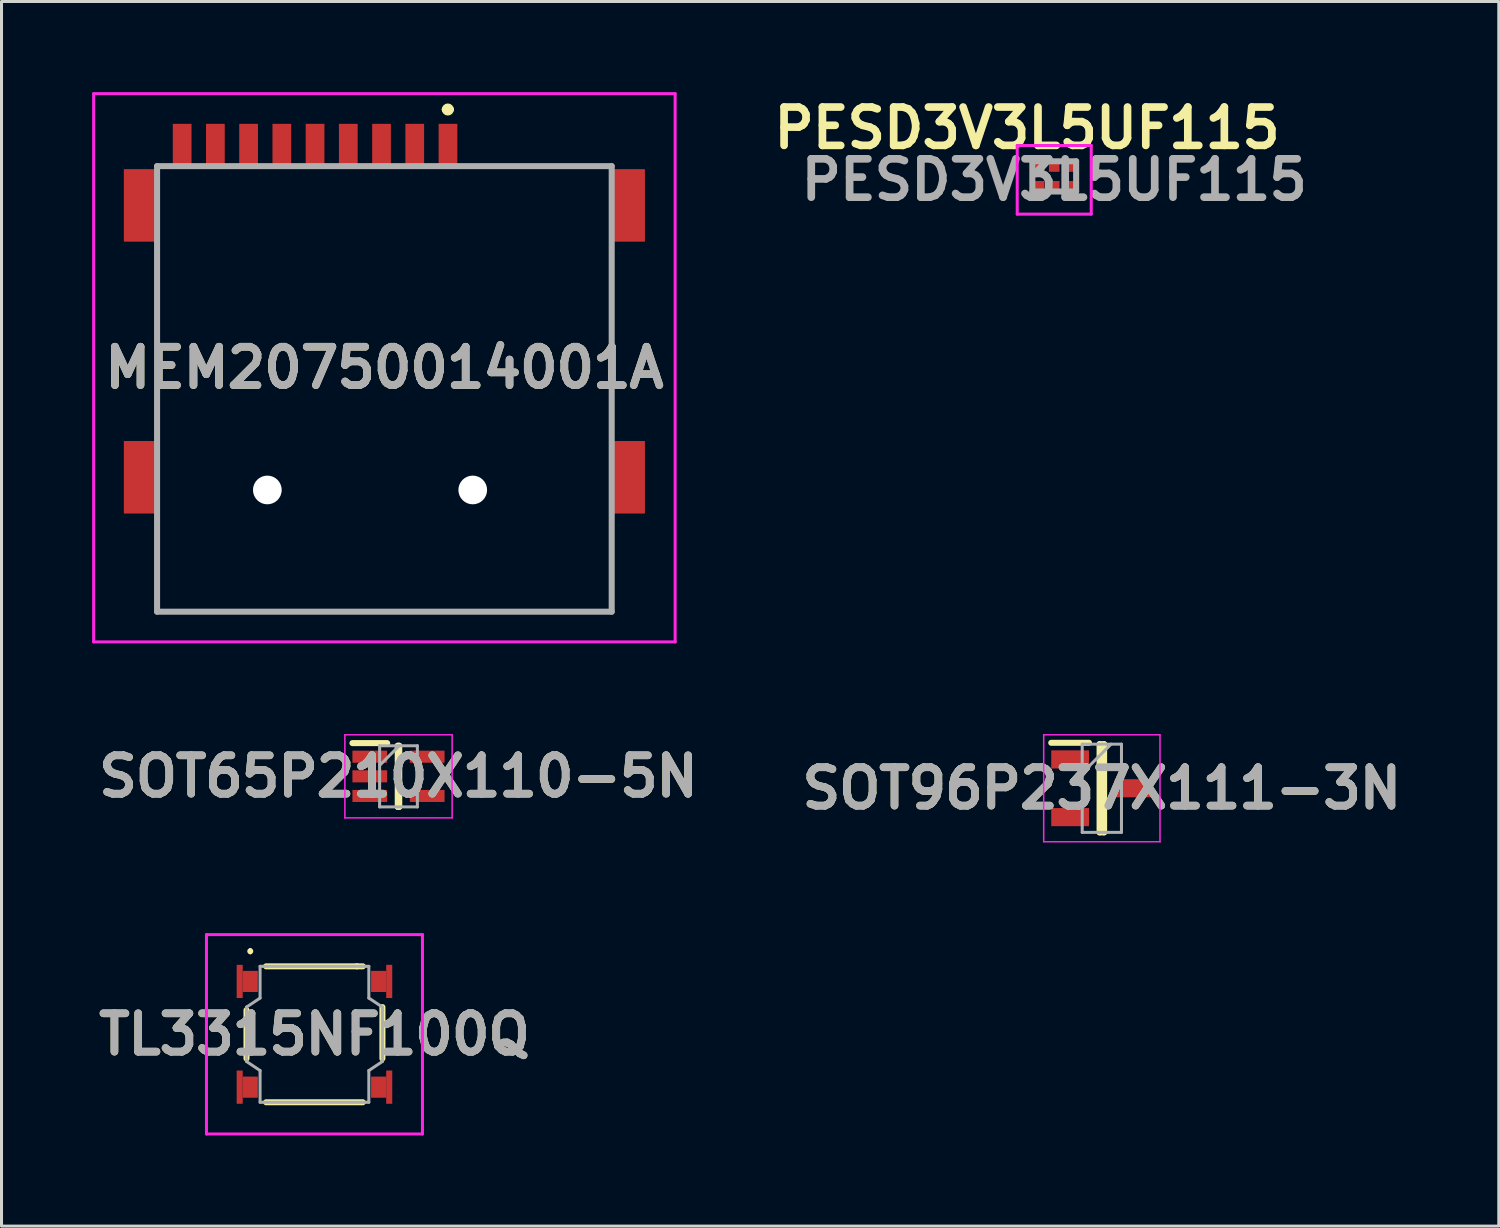
<source format=kicad_pcb>
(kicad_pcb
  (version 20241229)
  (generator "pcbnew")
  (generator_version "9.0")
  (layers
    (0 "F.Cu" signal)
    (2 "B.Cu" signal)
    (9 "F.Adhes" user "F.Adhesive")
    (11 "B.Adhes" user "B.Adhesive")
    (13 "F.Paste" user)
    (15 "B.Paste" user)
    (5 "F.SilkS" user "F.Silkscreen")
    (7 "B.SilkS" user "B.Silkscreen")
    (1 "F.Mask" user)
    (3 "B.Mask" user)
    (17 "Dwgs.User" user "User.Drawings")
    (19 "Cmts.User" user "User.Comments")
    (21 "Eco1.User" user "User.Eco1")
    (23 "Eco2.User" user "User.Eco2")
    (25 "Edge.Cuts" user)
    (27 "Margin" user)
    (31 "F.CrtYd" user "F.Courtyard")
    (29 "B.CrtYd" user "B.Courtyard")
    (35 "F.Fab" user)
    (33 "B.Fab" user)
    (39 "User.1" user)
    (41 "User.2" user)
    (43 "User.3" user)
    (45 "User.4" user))
  (footprint "PESD3V3L5UF115"
    (layer "F.Cu")
    (at 31.85 2.789)
    (property "Reference" "PESD3V3L5UF115" (at -0.9 -1.6 0) (layer "F.SilkS") (effects (font (size 1.27 1.27) (thickness 0.254))))
    (attr smd)
    (fp_line (start -0.725 0) (end -0.725 -0.05) (stroke (width 0.1) (type solid)) (layer "F.SilkS"))
    (fp_line (start -0.725 0.05) (end -0.725 0) (stroke (width 0.1) (type solid)) (layer "F.SilkS"))
    (fp_line (start -0.5 0.7) (end -0.5 0.7) (stroke (width 0.05) (type solid)) (layer "F.SilkS"))
    (fp_line (start -0.5 0.75) (end -0.5 0.75) (stroke (width 0.05) (type solid)) (layer "F.SilkS"))
    (fp_line (start 0.725 0) (end 0.725 -0.05) (stroke (width 0.1) (type solid)) (layer "F.SilkS"))
    (fp_line (start 0.725 0.05) (end 0.725 0) (stroke (width 0.1) (type solid)) (layer "F.SilkS"))
    (fp_arc (start -0.5 0.7) (mid -0.475 0.725) (end -0.5 0.75) (stroke (width 0.05) (type solid)) (layer "F.SilkS"))
    (fp_arc (start -0.5 0.75) (mid -0.525 0.725) (end -0.5 0.7) (stroke (width 0.05) (type solid)) (layer "F.SilkS"))
    (fp_line (start -1.225 -1.022) (end 1.225 -1.022) (stroke (width 0.1) (type solid)) (layer "F.CrtYd"))
    (fp_line (start -1.225 1.25) (end -1.225 -1.022) (stroke (width 0.1) (type solid)) (layer "F.CrtYd"))
    (fp_line (start 1.225 -1.022) (end 1.225 1.25) (stroke (width 0.1) (type solid)) (layer "F.CrtYd"))
    (fp_line (start 1.225 1.25) (end -1.225 1.25) (stroke (width 0.1) (type solid)) (layer "F.CrtYd"))
    (fp_line (start -0.725 -0.5) (end 0.725 -0.5) (stroke (width 0.2) (type solid)) (layer "F.Fab"))
    (fp_line (start -0.725 0.5) (end -0.725 -0.5) (stroke (width 0.2) (type solid)) (layer "F.Fab"))
    (fp_line (start 0.725 -0.5) (end 0.725 0.5) (stroke (width 0.2) (type solid)) (layer "F.Fab"))
    (fp_line (start 0.725 0.5) (end -0.725 0.5) (stroke (width 0.2) (type solid)) (layer "F.Fab"))
    (fp_text user "${REFERENCE}" (at 0 0.114 0) (layer "F.Fab") (effects (font (size 1.27 1.27) (thickness 0.254))))
    (pad "1" smd rect (at -0.5 0.337 90) (size 0.37 0.35) (layers "F.Cu" "F.Mask" "F.Paste"))
    (pad "2" smd rect (at 0 0.337 90) (size 0.37 0.35) (layers "F.Cu" "F.Mask" "F.Paste"))
    (pad "3" smd rect (at 0.5 0.337 90) (size 0.37 0.35) (layers "F.Cu" "F.Mask" "F.Paste"))
    (pad "4" smd rect (at 0.5 -0.337 90) (size 0.37 0.35) (layers "F.Cu" "F.Mask" "F.Paste"))
    (pad "5" smd rect (at 0 -0.337 90) (size 0.37 0.35) (layers "F.Cu" "F.Mask" "F.Paste"))
    (pad "6" smd rect (at -0.5 -0.337 90) (size 0.37 0.35) (layers "F.Cu" "F.Mask" "F.Paste")))
  (footprint "MEM20750014001A"
    (layer "F.Cu")
    (at 9.675 9.125)
    (property "Reference" "MEM20750014001A" (at 0 0 0) (layer "F.SilkS") (effects (font (size 1.27 1.27) (thickness 0.254))))
    (attr through_hole)
    (fp_line (start -7.525 -3.675) (end -7.525 1.75) (stroke (width 0.1) (type solid)) (layer "F.SilkS"))
    (fp_line (start -7.525 5.325) (end -7.525 8.075) (stroke (width 0.1) (type solid)) (layer "F.SilkS"))
    (fp_line (start -7.525 8.075) (end 7.525 8.075) (stroke (width 0.1) (type solid)) (layer "F.SilkS"))
    (fp_line (start 2 -8.55) (end 2 -8.55) (stroke (width 0.2) (type solid)) (layer "F.SilkS"))
    (fp_line (start 2.2 -8.55) (end 2.2 -8.55) (stroke (width 0.2) (type solid)) (layer "F.SilkS"))
    (fp_line (start 2.8 -6.675) (end 7 -6.675) (stroke (width 0.1) (type solid)) (layer "F.SilkS"))
    (fp_line (start 7.525 -3.675) (end 7.525 1.75) (stroke (width 0.1) (type solid)) (layer "F.SilkS"))
    (fp_line (start 7.525 8.075) (end 7.525 5.325) (stroke (width 0.1) (type solid)) (layer "F.SilkS"))
    (fp_arc (start 2 -8.55) (mid 2.1 -8.65) (end 2.2 -8.55) (stroke (width 0.2) (type solid)) (layer "F.SilkS"))
    (fp_arc (start 2.2 -8.55) (mid 2.1 -8.45) (end 2 -8.55) (stroke (width 0.2) (type solid)) (layer "F.SilkS"))
    (fp_line (start -9.625 -9.075) (end 9.625 -9.075) (stroke (width 0.1) (type solid)) (layer "F.CrtYd"))
    (fp_line (start -9.625 9.075) (end -9.625 -9.075) (stroke (width 0.1) (type solid)) (layer "F.CrtYd"))
    (fp_line (start 9.625 -9.075) (end 9.625 9.075) (stroke (width 0.1) (type solid)) (layer "F.CrtYd"))
    (fp_line (start 9.625 9.075) (end -9.625 9.075) (stroke (width 0.1) (type solid)) (layer "F.CrtYd"))
    (fp_line (start -7.525 -6.675) (end 7.525 -6.675) (stroke (width 0.2) (type solid)) (layer "F.Fab"))
    (fp_line (start -7.525 8.075) (end -7.525 -6.675) (stroke (width 0.2) (type solid)) (layer "F.Fab"))
    (fp_line (start 7.525 -6.675) (end 7.525 8.075) (stroke (width 0.2) (type solid)) (layer "F.Fab"))
    (fp_line (start 7.525 8.075) (end -7.525 8.075) (stroke (width 0.2) (type solid)) (layer "F.Fab"))
    (fp_text user "${REFERENCE}" (at 0 0 0) (layer "F.Fab") (effects (font (size 1.27 1.27) (thickness 0.254))))
    (pad "" np_thru_hole circle (at -3.875 4.045) (size 0.95 0.95) (drill 0.95) (layers "*.Cu" "*.Mask"))
    (pad "" np_thru_hole circle (at 2.925 4.045) (size 0.95 0.95) (drill 0.95) (layers "*.Cu" "*.Mask"))
    (pad "1" smd rect (at 2.105 -7.375) (size 0.62 1.4) (layers "F.Cu" "F.Mask" "F.Paste"))
    (pad "2" smd rect (at 1.005 -7.375) (size 0.62 1.4) (layers "F.Cu" "F.Mask" "F.Paste"))
    (pad "3" smd rect (at -0.095 -7.375) (size 0.62 1.4) (layers "F.Cu" "F.Mask" "F.Paste"))
    (pad "4" smd rect (at -1.195 -7.375) (size 0.62 1.4) (layers "F.Cu" "F.Mask" "F.Paste"))
    (pad "5" smd rect (at -2.295 -7.375) (size 0.62 1.4) (layers "F.Cu" "F.Mask" "F.Paste"))
    (pad "6" smd rect (at -3.395 -7.375) (size 0.62 1.4) (layers "F.Cu" "F.Mask" "F.Paste"))
    (pad "7" smd rect (at -4.495 -7.375) (size 0.62 1.4) (layers "F.Cu" "F.Mask" "F.Paste"))
    (pad "8" smd rect (at -5.595 -7.375) (size 0.62 1.4) (layers "F.Cu" "F.Mask" "F.Paste"))
    (pad "9" smd rect (at -6.695 -7.375) (size 0.62 1.4) (layers "F.Cu" "F.Mask" "F.Paste"))
    (pad "10" smd rect (at -8.075 -5.375) (size 1.1 2.4) (layers "F.Cu" "F.Mask" "F.Paste"))
    (pad "11" smd rect (at -8.075 3.625) (size 1.1 2.4) (layers "F.Cu" "F.Mask" "F.Paste"))
    (pad "12" smd rect (at 8.075 3.625) (size 1.1 2.4) (layers "F.Cu" "F.Mask" "F.Paste"))
    (pad "13" smd rect (at 8.075 -5.375) (size 1.1 2.4) (layers "F.Cu" "F.Mask" "F.Paste")))
  (footprint "TL3315NF100Q"
    (layer "F.Cu")
    (at 7.36 31.19)
    (property "Reference" "TL3315NF100Q" (at 0 0 0) (layer "F.SilkS") (effects (font (size 1.27 1.27) (thickness 0.254))))
    (attr smd)
    (fp_line (start -2.25 -0.8) (end -2.25 0.8) (stroke (width 0.2) (type solid)) (layer "F.SilkS"))
    (fp_line (start -2.125 -2.8) (end -2.125 -2.8) (stroke (width 0.1) (type solid)) (layer "F.SilkS"))
    (fp_line (start -2.125 -2.7) (end -2.125 -2.7) (stroke (width 0.1) (type solid)) (layer "F.SilkS"))
    (fp_line (start -1.6 -2.25) (end 1.4 -2.25) (stroke (width 0.2) (type solid)) (layer "F.SilkS"))
    (fp_line (start -1.6 2.25) (end 1.6 2.25) (stroke (width 0.2) (type solid)) (layer "F.SilkS"))
    (fp_line (start 1.4 -2.25) (end 1.6 -2.25) (stroke (width 0.2) (type solid)) (layer "F.SilkS"))
    (fp_line (start 2.25 -0.9) (end 2.25 0.8) (stroke (width 0.2) (type solid)) (layer "F.SilkS"))
    (fp_arc (start -2.125 -2.8) (mid -2.075 -2.75) (end -2.125 -2.7) (stroke (width 0.1) (type solid)) (layer "F.SilkS"))
    (fp_arc (start -2.125 -2.7) (mid -2.175 -2.75) (end -2.125 -2.8) (stroke (width 0.1) (type solid)) (layer "F.SilkS"))
    (fp_line (start -3.575 -3.3) (end 3.575 -3.3) (stroke (width 0.1) (type solid)) (layer "F.CrtYd"))
    (fp_line (start -3.575 3.3) (end -3.575 -3.3) (stroke (width 0.1) (type solid)) (layer "F.CrtYd"))
    (fp_line (start 3.575 -3.3) (end 3.575 3.3) (stroke (width 0.1) (type solid)) (layer "F.CrtYd"))
    (fp_line (start 3.575 3.3) (end -3.575 3.3) (stroke (width 0.1) (type solid)) (layer "F.CrtYd"))
    (fp_line (start -2.25 -0.9) (end -2.25 0.9) (stroke (width 0.1) (type solid)) (layer "F.Fab"))
    (fp_line (start -2.25 0.9) (end -1.8 1.2) (stroke (width 0.1) (type solid)) (layer "F.Fab"))
    (fp_line (start -1.8 -2.25) (end -1.8 -1.2) (stroke (width 0.1) (type solid)) (layer "F.Fab"))
    (fp_line (start -1.8 -1.2) (end -2.25 -0.9) (stroke (width 0.1) (type solid)) (layer "F.Fab"))
    (fp_line (start -1.8 1.2) (end -1.8 2.25) (stroke (width 0.1) (type solid)) (layer "F.Fab"))
    (fp_line (start -1.8 2.25) (end 1.8 2.25) (stroke (width 0.1) (type solid)) (layer "F.Fab"))
    (fp_line (start 1.8 -2.25) (end -1.8 -2.25) (stroke (width 0.1) (type solid)) (layer "F.Fab"))
    (fp_line (start 1.8 -1.2) (end 1.8 -2.25) (stroke (width 0.1) (type solid)) (layer "F.Fab"))
    (fp_line (start 1.8 1.2) (end 2.25 0.9) (stroke (width 0.1) (type solid)) (layer "F.Fab"))
    (fp_line (start 1.8 2.25) (end 1.8 1.2) (stroke (width 0.1) (type solid)) (layer "F.Fab"))
    (fp_line (start 2.25 -0.9) (end 1.8 -1.2) (stroke (width 0.1) (type solid)) (layer "F.Fab"))
    (fp_line (start 2.25 0.9) (end 2.25 -0.9) (stroke (width 0.1) (type solid)) (layer "F.Fab"))
    (fp_text user "${REFERENCE}" (at 0 0 0) (layer "F.Fab") (effects (font (size 1.27 1.27) (thickness 0.254))))
    (pad "1" smd rect (at -2.125 -1.75) (size 0.5 0.7) (layers "F.Cu" "F.Mask" "F.Paste"))
    (pad "2" smd rect (at 2.125 -1.75) (size 0.5 0.7) (layers "F.Cu" "F.Mask" "F.Paste"))
    (pad "3" smd rect (at -2.125 1.75) (size 0.5 0.7) (layers "F.Cu" "F.Mask" "F.Paste"))
    (pad "4" smd rect (at 2.125 1.75) (size 0.5 0.7) (layers "F.Cu" "F.Mask" "F.Paste"))
    (pad "5" smd rect (at -2.475 -1.75) (size 0.2 1.1) (layers "F.Cu" "F.Mask" "F.Paste"))
    (pad "6" smd rect (at 2.475 -1.75) (size 0.2 1.1) (layers "F.Cu" "F.Mask" "F.Paste"))
    (pad "7" smd rect (at -2.475 1.75) (size 0.2 1.1) (layers "F.Cu" "F.Mask" "F.Paste"))
    (pad "8" smd rect (at 2.475 1.75) (size 0.2 1.1) (layers "F.Cu" "F.Mask" "F.Paste")))
  (footprint "SOT96P237X111-3N"
    (layer "F.Cu")
    (at 33.426 23.045)
    (property "Reference" "SOT96P237X111-3N" (at 0 0 0) (layer "F.SilkS") (effects (font (size 1.27 1.27) (thickness 0.254))))
    (attr smd)
    (fp_line (start -1.675 -1.505) (end -0.425 -1.505) (stroke (width 0.2) (type solid)) (layer "F.SilkS"))
    (fp_line (start -0.075 -1.46) (end 0.075 -1.46) (stroke (width 0.2) (type solid)) (layer "F.SilkS"))
    (fp_line (start -0.075 1.46) (end -0.075 -1.46) (stroke (width 0.2) (type solid)) (layer "F.SilkS"))
    (fp_line (start 0.075 -1.46) (end 0.075 1.46) (stroke (width 0.2) (type solid)) (layer "F.SilkS"))
    (fp_line (start 0.075 1.46) (end -0.075 1.46) (stroke (width 0.2) (type solid)) (layer "F.SilkS"))
    (fp_line (start -1.925 -1.77) (end 1.925 -1.77) (stroke (width 0.05) (type solid)) (layer "F.CrtYd"))
    (fp_line (start -1.925 1.77) (end -1.925 -1.77) (stroke (width 0.05) (type solid)) (layer "F.CrtYd"))
    (fp_line (start 1.925 -1.77) (end 1.925 1.77) (stroke (width 0.05) (type solid)) (layer "F.CrtYd"))
    (fp_line (start 1.925 1.77) (end -1.925 1.77) (stroke (width 0.05) (type solid)) (layer "F.CrtYd"))
    (fp_line (start -0.65 -1.46) (end 0.65 -1.46) (stroke (width 0.1) (type solid)) (layer "F.Fab"))
    (fp_line (start -0.65 -0.505) (end 0.305 -1.46) (stroke (width 0.1) (type solid)) (layer "F.Fab"))
    (fp_line (start -0.65 1.46) (end -0.65 -1.46) (stroke (width 0.1) (type solid)) (layer "F.Fab"))
    (fp_line (start 0.65 -1.46) (end 0.65 1.46) (stroke (width 0.1) (type solid)) (layer "F.Fab"))
    (fp_line (start 0.65 1.46) (end -0.65 1.46) (stroke (width 0.1) (type solid)) (layer "F.Fab"))
    (fp_text user "${REFERENCE}" (at 0 0 0) (layer "F.Fab") (effects (font (size 1.27 1.27) (thickness 0.254))))
    (pad "1" smd rect (at -1.05 -0.955 90) (size 0.6 1.25) (layers "F.Cu" "F.Mask" "F.Paste"))
    (pad "2" smd rect (at -1.05 0.955 90) (size 0.6 1.25) (layers "F.Cu" "F.Mask" "F.Paste"))
    (pad "3" smd rect (at 1.05 0 90) (size 0.6 1.25) (layers "F.Cu" "F.Mask" "F.Paste")))
  (footprint "SOT65P210X110-5N"
    (layer "F.Cu")
    (at 10.142 22.65)
    (property "Reference" "SOT65P210X110-5N" (at 0 0 0) (layer "F.SilkS") (effects (font (size 1.27 1.27) (thickness 0.254))))
    (attr smd)
    (fp_line (start -1.525 -1.1) (end -0.375 -1.1) (stroke (width 0.2) (type solid)) (layer "F.SilkS"))
    (fp_line (start -0.025 -1.012) (end 0.025 -1.012) (stroke (width 0.2) (type solid)) (layer "F.SilkS"))
    (fp_line (start -0.025 1.012) (end -0.025 -1.012) (stroke (width 0.2) (type solid)) (layer "F.SilkS"))
    (fp_line (start 0.025 -1.012) (end 0.025 1.012) (stroke (width 0.2) (type solid)) (layer "F.SilkS"))
    (fp_line (start 0.025 1.012) (end -0.025 1.012) (stroke (width 0.2) (type solid)) (layer "F.SilkS"))
    (fp_line (start -1.775 -1.375) (end 1.775 -1.375) (stroke (width 0.05) (type solid)) (layer "F.CrtYd"))
    (fp_line (start -1.775 1.375) (end -1.775 -1.375) (stroke (width 0.05) (type solid)) (layer "F.CrtYd"))
    (fp_line (start 1.775 -1.375) (end 1.775 1.375) (stroke (width 0.05) (type solid)) (layer "F.CrtYd"))
    (fp_line (start 1.775 1.375) (end -1.775 1.375) (stroke (width 0.05) (type solid)) (layer "F.CrtYd"))
    (fp_line (start -0.625 -1.012) (end 0.625 -1.012) (stroke (width 0.1) (type solid)) (layer "F.Fab"))
    (fp_line (start -0.625 -0.362) (end 0.025 -1.012) (stroke (width 0.1) (type solid)) (layer "F.Fab"))
    (fp_line (start -0.625 1.012) (end -0.625 -1.012) (stroke (width 0.1) (type solid)) (layer "F.Fab"))
    (fp_line (start 0.625 -1.012) (end 0.625 1.012) (stroke (width 0.1) (type solid)) (layer "F.Fab"))
    (fp_line (start 0.625 1.012) (end -0.625 1.012) (stroke (width 0.1) (type solid)) (layer "F.Fab"))
    (fp_text user "${REFERENCE}" (at 0 0 0) (layer "F.Fab") (effects (font (size 1.27 1.27) (thickness 0.254))))
    (pad "1" smd rect (at -0.95 -0.65 90) (size 0.4 1.15) (layers "F.Cu" "F.Mask" "F.Paste"))
    (pad "2" smd rect (at -0.95 0 90) (size 0.4 1.15) (layers "F.Cu" "F.Mask" "F.Paste"))
    (pad "3" smd rect (at -0.95 0.65 90) (size 0.4 1.15) (layers "F.Cu" "F.Mask" "F.Paste"))
    (pad "4" smd rect (at 0.95 0.65 90) (size 0.4 1.15) (layers "F.Cu" "F.Mask" "F.Paste"))
    (pad "5" smd rect (at 0.95 -0.65 90) (size 0.4 1.15) (layers "F.Cu" "F.Mask" "F.Paste")))
  (gr_rect
    (start -3 -3)
    (end 46.567 37.54)
    (stroke (width 0.1) (type default))
    (fill no)
    (layer "Edge.Cuts")))
</source>
